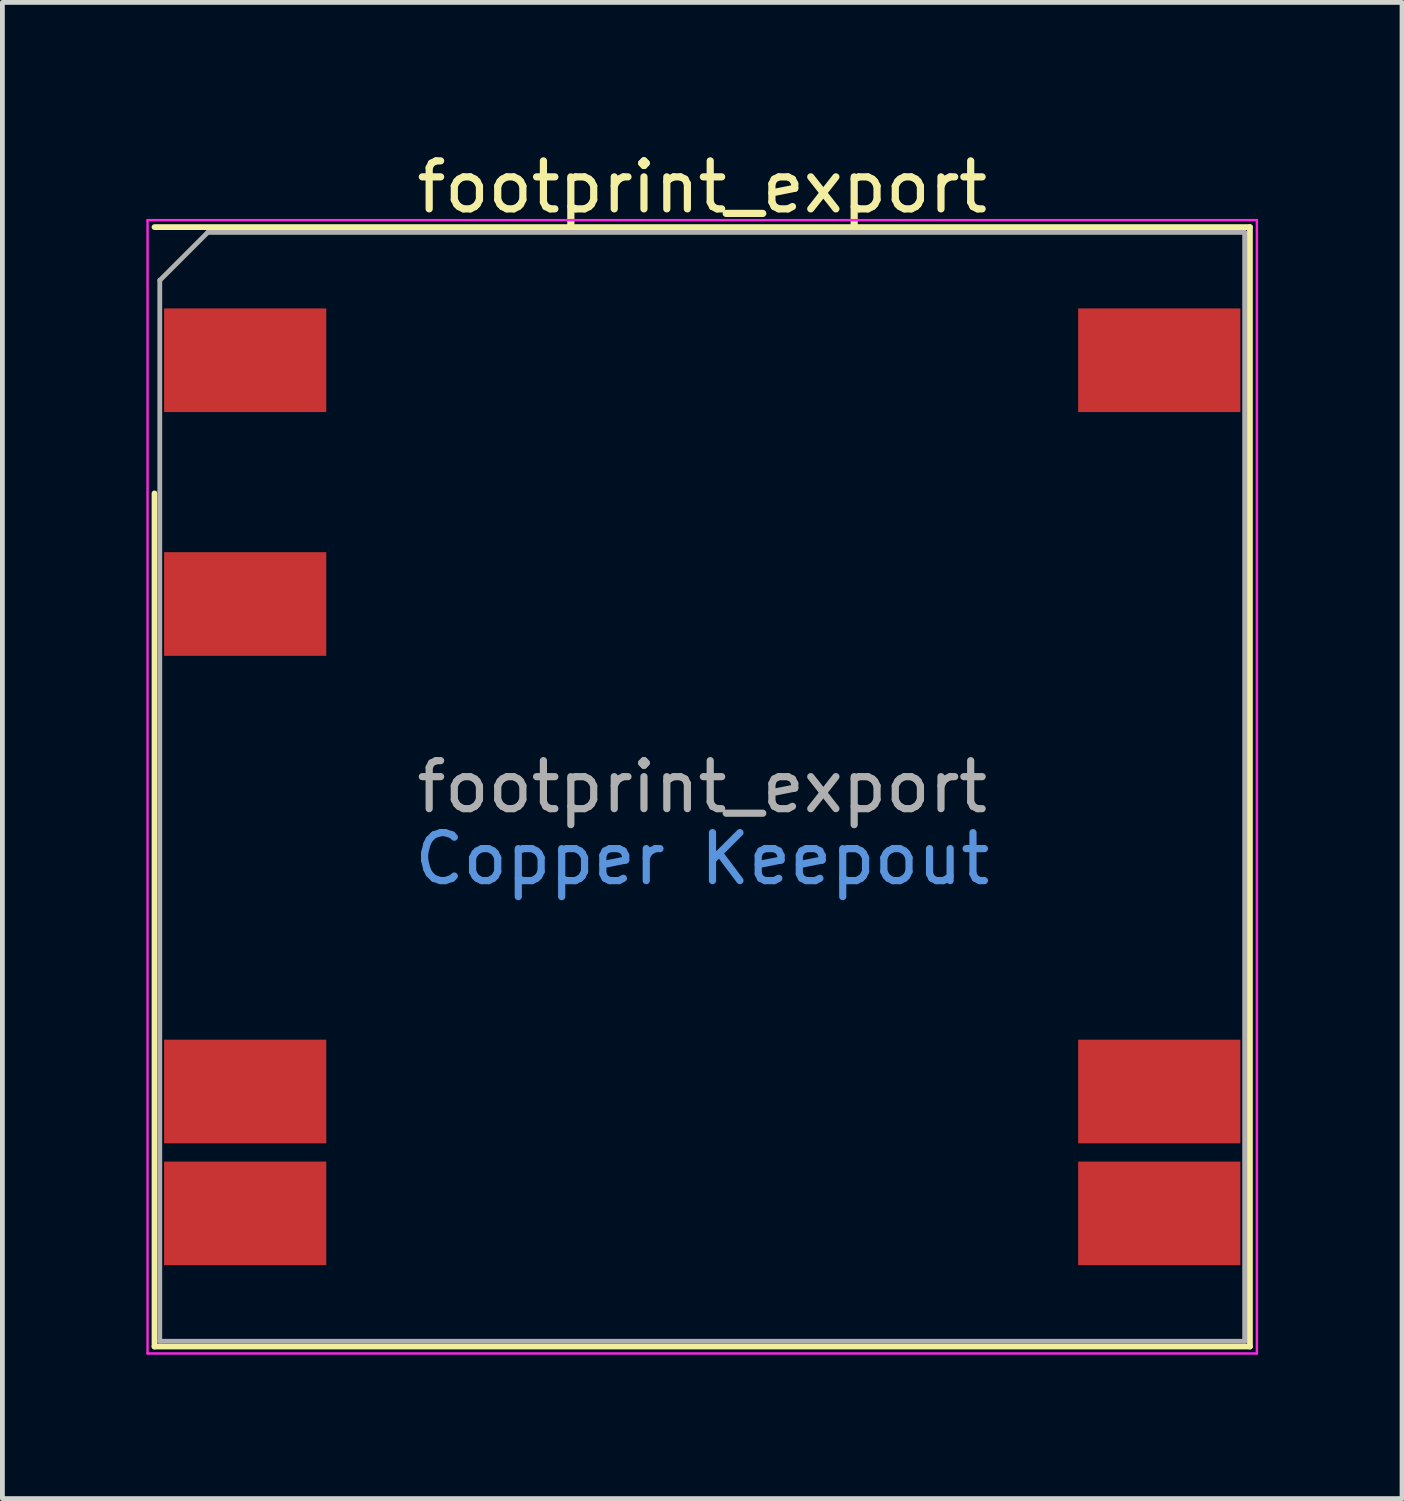
<source format=kicad_pcb>
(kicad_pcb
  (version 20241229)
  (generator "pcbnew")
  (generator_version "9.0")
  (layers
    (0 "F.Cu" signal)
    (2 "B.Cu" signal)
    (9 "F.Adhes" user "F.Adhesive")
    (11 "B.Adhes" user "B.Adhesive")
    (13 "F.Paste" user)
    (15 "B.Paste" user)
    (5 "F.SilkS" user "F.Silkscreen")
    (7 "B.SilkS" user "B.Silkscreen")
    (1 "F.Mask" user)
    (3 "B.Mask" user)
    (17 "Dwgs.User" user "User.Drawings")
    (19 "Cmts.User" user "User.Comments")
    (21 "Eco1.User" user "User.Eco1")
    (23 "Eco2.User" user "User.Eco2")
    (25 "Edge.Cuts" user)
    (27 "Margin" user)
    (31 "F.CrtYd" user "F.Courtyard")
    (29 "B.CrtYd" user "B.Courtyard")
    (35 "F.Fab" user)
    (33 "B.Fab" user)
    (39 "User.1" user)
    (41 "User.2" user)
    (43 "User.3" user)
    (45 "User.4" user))
  (footprint "footprint_export"
    (layer "F.Cu")
    (at 11.585 13.348)
    (property "Reference" "footprint_export" (at 0 -12.5 0) (layer "F.SilkS") (effects (font (size 1 1) (thickness 0.15))))
    (attr smd)
    (fp_line (start -11.415 -6.115) (end -11.415 11.665) (stroke (width 0.12) (type solid)) (layer "F.SilkS"))
    (fp_line (start 11.415 -11.665) (end -11.415 -11.665) (stroke (width 0.12) (type solid)) (layer "F.SilkS"))
    (fp_line (start 11.415 -11.665) (end 11.415 11.665) (stroke (width 0.12) (type solid)) (layer "F.SilkS"))
    (fp_line (start 11.415 11.665) (end -11.415 11.665) (stroke (width 0.12) (type solid)) (layer "F.SilkS"))
    (fp_line (start -11.56 -11.81) (end -11.56 11.81) (stroke (width 0.05) (type solid)) (layer "F.CrtYd"))
    (fp_line (start -11.56 11.81) (end 11.56 11.81) (stroke (width 0.05) (type solid)) (layer "F.CrtYd"))
    (fp_line (start 11.56 -11.81) (end -11.56 -11.81) (stroke (width 0.05) (type solid)) (layer "F.CrtYd"))
    (fp_line (start 11.56 11.81) (end 11.56 -11.81) (stroke (width 0.05) (type solid)) (layer "F.CrtYd"))
    (fp_line (start -11.305 -10.555) (end -11.305 11.555) (stroke (width 0.1) (type solid)) (layer "F.Fab"))
    (fp_line (start -11.305 -10.555) (end -10.305 -11.555) (stroke (width 0.1) (type solid)) (layer "F.Fab"))
    (fp_line (start -11.305 11.555) (end 11.305 11.555) (stroke (width 0.1) (type solid)) (layer "F.Fab"))
    (fp_line (start 11.305 -11.555) (end -10.305 -11.555) (stroke (width 0.1) (type solid)) (layer "F.Fab"))
    (fp_line (start 11.305 -11.555) (end 11.305 11.555) (stroke (width 0.1) (type solid)) (layer "F.Fab"))
    (fp_text user "Copper Keepout" (at 0 1.5 0) (layer "Cmts.User") (effects (font (size 1 1) (thickness 0.15))))
    (fp_text user "${REFERENCE}" (at 0 0 0) (layer "F.Fab") (effects (font (size 1 1) (thickness 0.15))))
    (pad "1" smd rect (at -9.525 -8.89) (size 3.38 2.16) (layers "F.Cu" "F.Mask" "F.Paste"))
    (pad "3" smd rect (at -9.525 -3.81) (size 3.38 2.16) (layers "F.Cu" "F.Mask" "F.Paste"))
    (pad "7" smd rect (at -9.525 6.35) (size 3.38 2.16) (layers "F.Cu" "F.Mask" "F.Paste"))
    (pad "8" smd rect (at -9.525 8.89) (size 3.38 2.16) (layers "F.Cu" "F.Mask" "F.Paste"))
    (pad "9" smd rect (at 9.525 8.89) (size 3.38 2.16) (layers "F.Cu" "F.Mask" "F.Paste"))
    (pad "10" smd rect (at 9.525 6.35) (size 3.38 2.16) (layers "F.Cu" "F.Mask" "F.Paste"))
    (pad "16" smd rect (at 9.525 -8.89) (size 3.38 2.16) (layers "F.Cu" "F.Mask" "F.Paste"))
    (zone (net_name "") (layer "F.Cu") (hatch full 0.508) (connect_pads) (min_thickness 0.254) (filled_areas_thickness no) (keepout (tracks not_allowed) (vias not_allowed) (pads not_allowed) (copperpour not_allowed) (footprints not_allowed)) (placement (enabled no)) (fill) (polygon (pts (xy 22.89 18.618) (xy 16.88 18.618) (xy 16.88 20.968) (xy 6.29 20.968) (xy 6.29 18.618) (xy 0.28 18.618) (xy 0.28 10.618) (xy 22.89 10.618)))))
  (gr_rect
    (start -3 -3)
    (end 26.17 28.183)
    (stroke (width 0.1) (type default))
    (fill no)
    (layer "Edge.Cuts")))
</source>
